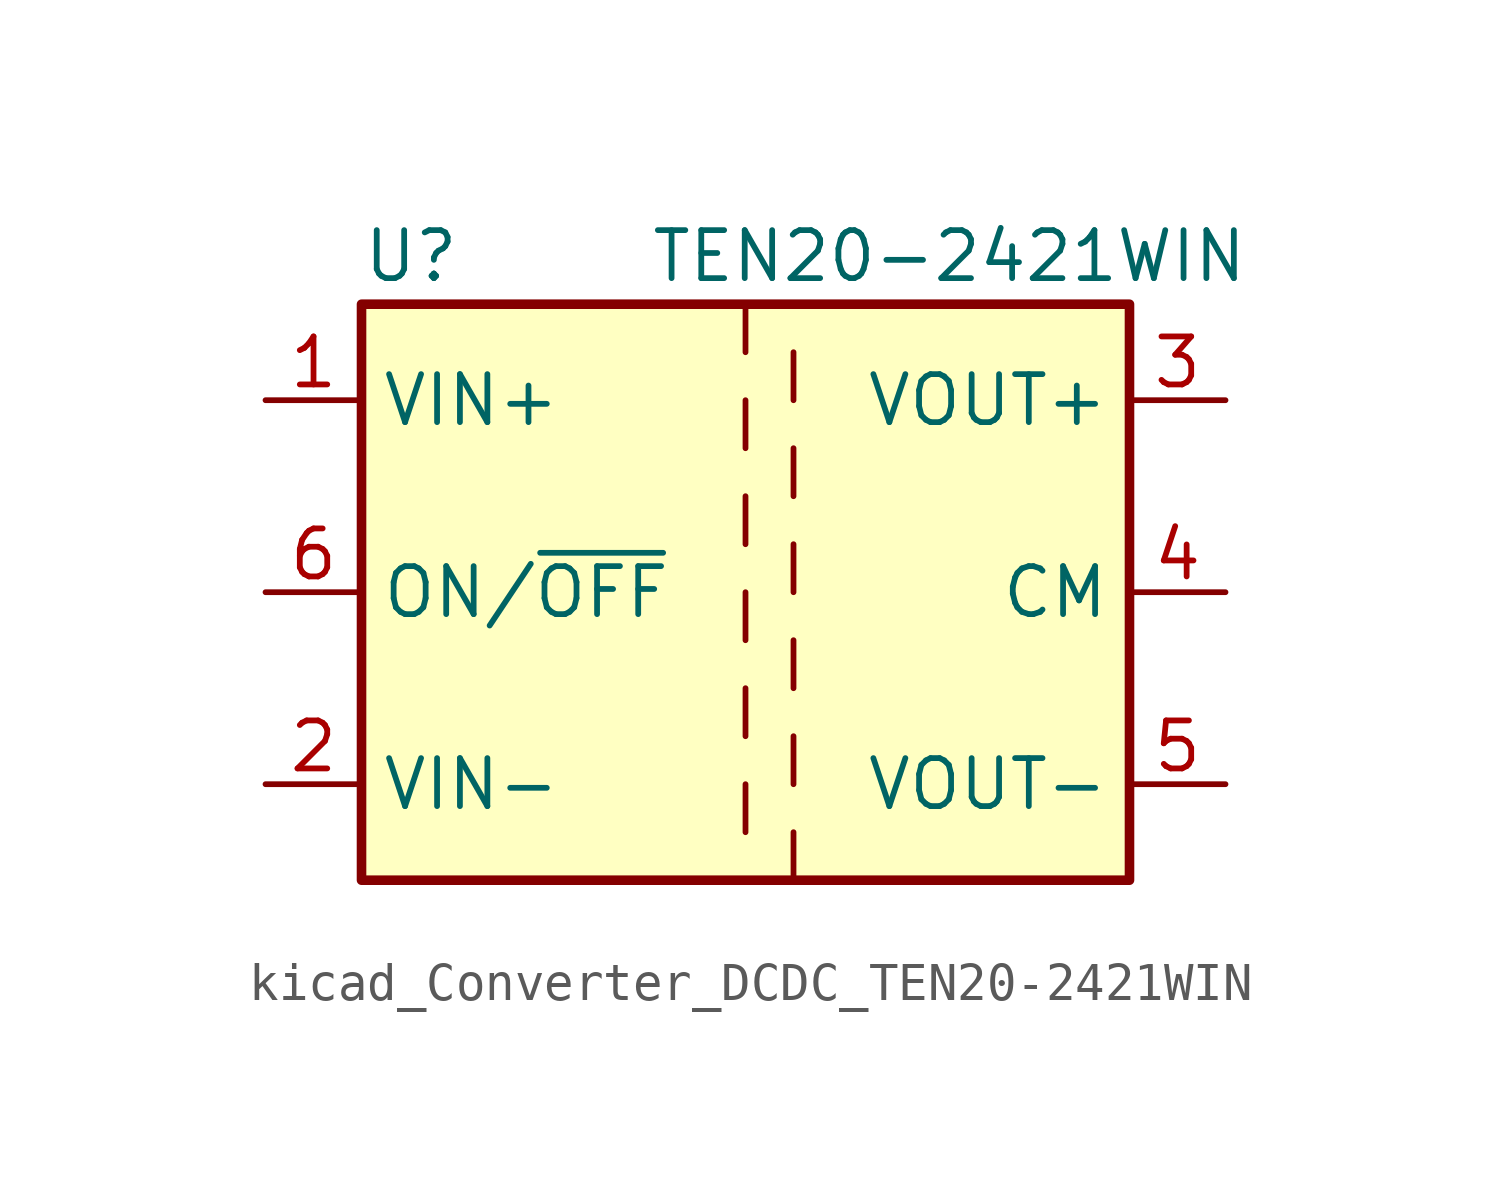
<source format=kicad_sym>
(kicad_symbol_lib
  (version 20220914)
  (generator kicad_symbol_editor)
  (symbol "kicad_Converter_DCDC_TEN20-2421WIN"
    (property "Reference" "U"
      (at -10.16 8.89 0)
      (effects (font (size 1.27 1.27)) (justify left)))
    (property "Value" "TEN20-2421WIN"
      (at -2.54 8.89 0)
      (effects (font (size 1.27 1.27)) (justify left)))
    (symbol "kicad_Converter_DCDC_TEN20-2421WIN_0_1"
      (rectangle (start -10.16 7.62) (end 10.16 -7.62) (stroke (width 0.254) (type default)) (fill (type background)))
      (polyline (pts (xy 0 -5.08) (xy 0 -6.35)) (stroke (width 0) (type default)) (fill (type none)))
      (polyline (pts (xy 0 -2.54) (xy 0 -3.81)) (stroke (width 0) (type default)) (fill (type none)))
      (polyline (pts (xy 0 0) (xy 0 -1.27)) (stroke (width 0) (type default)) (fill (type none)))
      (polyline (pts (xy 0 2.54) (xy 0 1.27)) (stroke (width 0) (type default)) (fill (type none)))
      (polyline (pts (xy 0 5.08) (xy 0 3.81)) (stroke (width 0) (type default)) (fill (type none)))
      (polyline (pts (xy 0 7.62) (xy 0 6.35)) (stroke (width 0) (type default)) (fill (type none)))
      (polyline (pts (xy 1.27 -7.62) (xy 1.27 -6.35)) (stroke (width 0) (type default)) (fill (type none)))
      (polyline (pts (xy 1.27 -5.08) (xy 1.27 -3.81)) (stroke (width 0) (type default)) (fill (type none)))
      (polyline (pts (xy 1.27 -2.54) (xy 1.27 -1.27)) (stroke (width 0) (type default)) (fill (type none)))
      (polyline (pts (xy 1.27 0) (xy 1.27 1.27)) (stroke (width 0) (type default)) (fill (type none)))
      (polyline (pts (xy 1.27 2.54) (xy 1.27 3.81)) (stroke (width 0) (type default)) (fill (type none)))
      (polyline (pts (xy 1.27 5.08) (xy 1.27 6.35)) (stroke (width 0) (type default)) (fill (type none))))
    (symbol "kicad_Converter_DCDC_TEN20-2421WIN_1_1"
      (pin power_in line (at -12.7 5.08 0) (length 2.54) (name "VIN+" (effects (font (size 1.27 1.27)))) (number "1" (effects (font (size 1.27 1.27)))))
      (pin power_in line (at -12.7 -5.08 0) (length 2.54) (name "VIN-" (effects (font (size 1.27 1.27)))) (number "2" (effects (font (size 1.27 1.27)))))
      (pin power_out line (at 12.7 5.08 180) (length 2.54) (name "VOUT+" (effects (font (size 1.27 1.27)))) (number "3" (effects (font (size 1.27 1.27)))))
      (pin power_out line (at 12.7 0 180) (length 2.54) (name "CM" (effects (font (size 1.27 1.27)))) (number "4" (effects (font (size 1.27 1.27)))))
      (pin power_out line (at 12.7 -5.08 180) (length 2.54) (name "VOUT-" (effects (font (size 1.27 1.27)))) (number "5" (effects (font (size 1.27 1.27)))))
      (pin input line (at -12.7 0 0) (length 2.54) (name "ON/~{OFF}" (effects (font (size 1.27 1.27)))) (number "6" (effects (font (size 1.27 1.27))))))))
</source>
